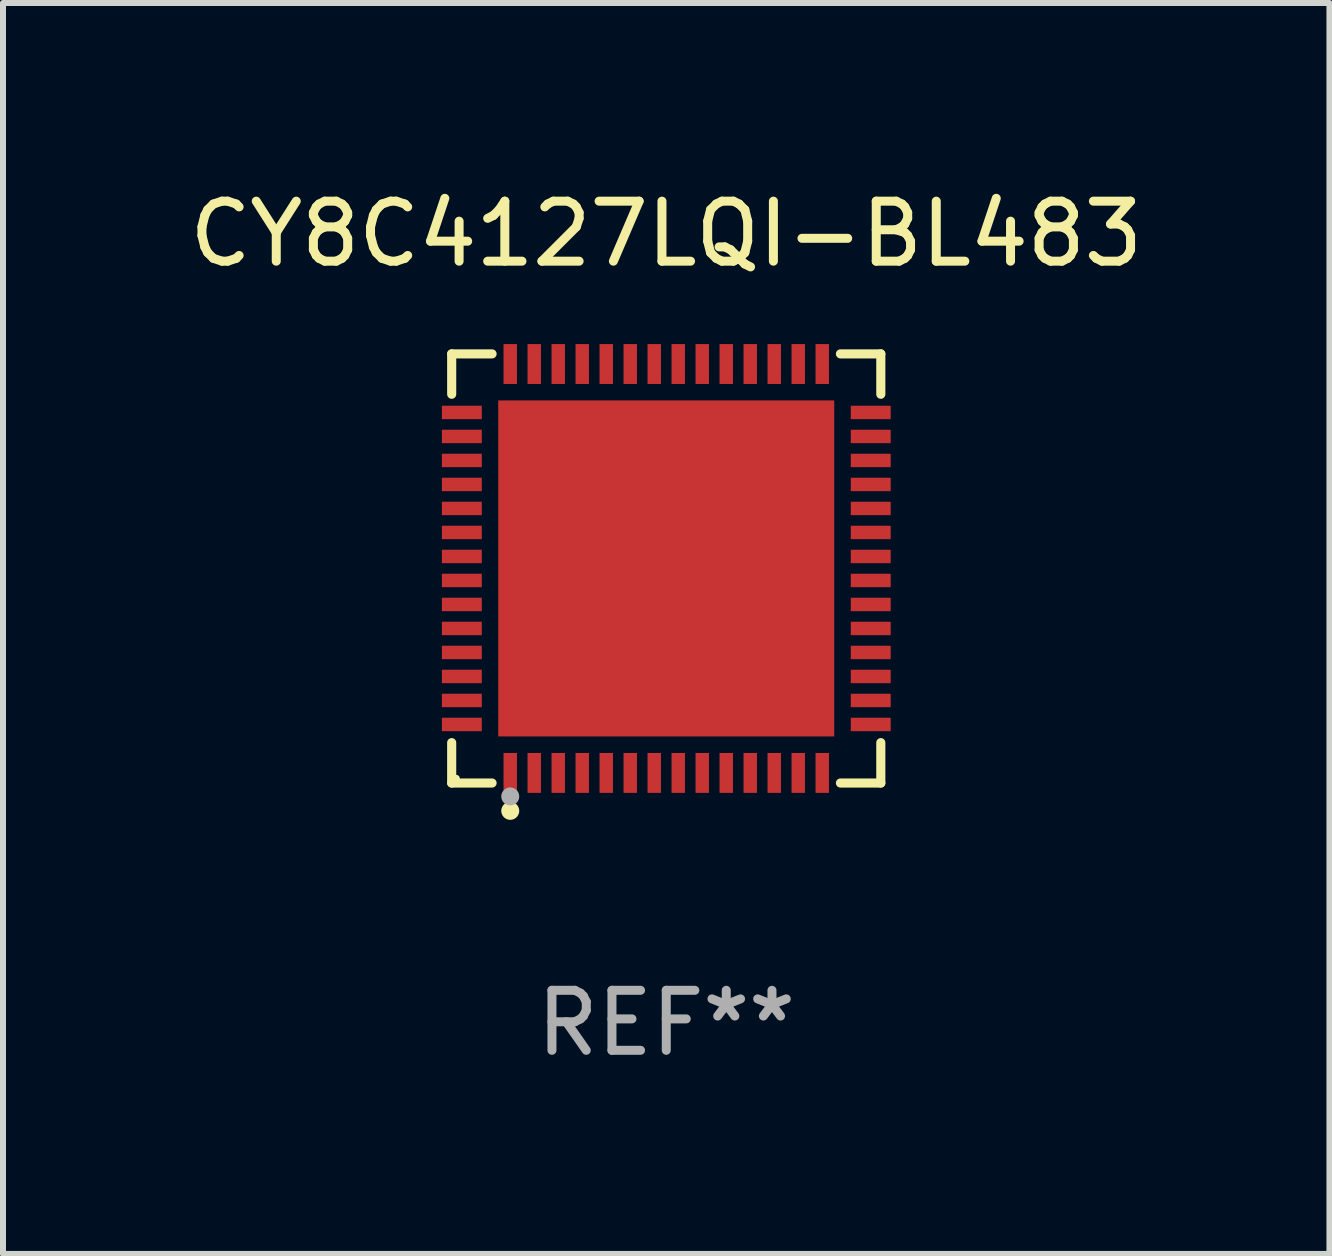
<source format=kicad_pcb>
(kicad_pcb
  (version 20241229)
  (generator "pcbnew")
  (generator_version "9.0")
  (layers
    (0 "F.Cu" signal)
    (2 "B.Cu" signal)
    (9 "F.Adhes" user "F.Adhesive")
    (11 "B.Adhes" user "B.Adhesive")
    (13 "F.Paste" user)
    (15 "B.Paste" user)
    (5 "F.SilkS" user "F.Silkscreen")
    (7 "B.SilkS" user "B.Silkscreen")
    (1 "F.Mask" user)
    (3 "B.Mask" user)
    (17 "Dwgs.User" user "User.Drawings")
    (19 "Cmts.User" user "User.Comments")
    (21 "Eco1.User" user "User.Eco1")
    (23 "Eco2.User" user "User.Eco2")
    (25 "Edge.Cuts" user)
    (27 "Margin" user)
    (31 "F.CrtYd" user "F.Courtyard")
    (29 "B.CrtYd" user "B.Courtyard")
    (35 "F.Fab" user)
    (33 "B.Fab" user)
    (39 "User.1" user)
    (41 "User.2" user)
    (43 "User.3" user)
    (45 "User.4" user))
  (footprint "CY8C4127LQI-BL483"
    (layer "F.Cu")
    (at 8.054 6.424)
    (property "Reference" "CY8C4127LQI-BL483" (at 0 -5.576 0) (layer "F.SilkS") (effects (font (size 1 1) (thickness 0.15))))
    (attr through_hole)
    (fp_line (start -3.576 -3.576) (end -2.903 -3.576) (stroke (width 0.152) (type solid)) (layer "F.SilkS"))
    (fp_line (start -3.576 -2.903) (end -3.576 -3.576) (stroke (width 0.152) (type solid)) (layer "F.SilkS"))
    (fp_line (start -3.576 2.903) (end -3.576 3.576) (stroke (width 0.152) (type solid)) (layer "F.SilkS"))
    (fp_line (start -3.576 3.576) (end -2.903 3.576) (stroke (width 0.152) (type solid)) (layer "F.SilkS"))
    (fp_line (start 3.576 -3.576) (end 2.903 -3.576) (stroke (width 0.152) (type solid)) (layer "F.SilkS"))
    (fp_line (start 3.576 -2.903) (end 3.576 -3.576) (stroke (width 0.152) (type solid)) (layer "F.SilkS"))
    (fp_line (start 3.576 2.903) (end 3.576 3.576) (stroke (width 0.152) (type solid)) (layer "F.SilkS"))
    (fp_line (start 3.576 3.576) (end 2.903 3.576) (stroke (width 0.152) (type solid)) (layer "F.SilkS"))
    (fp_circle (center -3.5 3.5) (end -3.47 3.5) (stroke (width 0.06) (type solid)) (fill no) (layer "F.SilkS"))
    (fp_circle (center -2.6 4.04) (end -2.525 4.04) (stroke (width 0.15) (type solid)) (fill no) (layer "F.SilkS"))
    (fp_circle (center -2.6 3.8) (end -2.525 3.8) (stroke (width 0.15) (type solid)) (fill no) (layer "F.Fab"))
    (fp_text user "REF**" (at 0 7.576 0) (layer "F.Fab") (effects (font (size 1 1) (thickness 0.15))))
    (pad "1" smd rect (at -2.6 3.408 90) (size 0.665 0.224) (layers "F.Cu" "F.Mask" "F.Paste"))
    (pad "2" smd rect (at -2.2 3.408 90) (size 0.665 0.224) (layers "F.Cu" "F.Mask" "F.Paste"))
    (pad "3" smd rect (at -1.8 3.408 90) (size 0.665 0.224) (layers "F.Cu" "F.Mask" "F.Paste"))
    (pad "4" smd rect (at -1.4 3.408 90) (size 0.665 0.224) (layers "F.Cu" "F.Mask" "F.Paste"))
    (pad "5" smd rect (at -1 3.408 90) (size 0.665 0.224) (layers "F.Cu" "F.Mask" "F.Paste"))
    (pad "6" smd rect (at -0.6 3.408 90) (size 0.665 0.224) (layers "F.Cu" "F.Mask" "F.Paste"))
    (pad "7" smd rect (at -0.2 3.408 90) (size 0.665 0.224) (layers "F.Cu" "F.Mask" "F.Paste"))
    (pad "8" smd rect (at 0.2 3.408 90) (size 0.665 0.224) (layers "F.Cu" "F.Mask" "F.Paste"))
    (pad "9" smd rect (at 0.6 3.408 90) (size 0.665 0.224) (layers "F.Cu" "F.Mask" "F.Paste"))
    (pad "10" smd rect (at 1 3.408 90) (size 0.665 0.224) (layers "F.Cu" "F.Mask" "F.Paste"))
    (pad "11" smd rect (at 1.4 3.408 90) (size 0.665 0.224) (layers "F.Cu" "F.Mask" "F.Paste"))
    (pad "12" smd rect (at 1.8 3.408 90) (size 0.665 0.224) (layers "F.Cu" "F.Mask" "F.Paste"))
    (pad "13" smd rect (at 2.2 3.408 90) (size 0.665 0.224) (layers "F.Cu" "F.Mask" "F.Paste"))
    (pad "14" smd rect (at 2.6 3.408 90) (size 0.665 0.224) (layers "F.Cu" "F.Mask" "F.Paste"))
    (pad "15" smd rect (at 3.408 2.6 90) (size 0.224 0.665) (layers "F.Cu" "F.Mask" "F.Paste"))
    (pad "16" smd rect (at 3.408 2.2 90) (size 0.224 0.665) (layers "F.Cu" "F.Mask" "F.Paste"))
    (pad "17" smd rect (at 3.408 1.8 90) (size 0.224 0.665) (layers "F.Cu" "F.Mask" "F.Paste"))
    (pad "18" smd rect (at 3.408 1.4 90) (size 0.224 0.665) (layers "F.Cu" "F.Mask" "F.Paste"))
    (pad "19" smd rect (at 3.408 1 90) (size 0.224 0.665) (layers "F.Cu" "F.Mask" "F.Paste"))
    (pad "20" smd rect (at 3.408 0.6 90) (size 0.224 0.665) (layers "F.Cu" "F.Mask" "F.Paste"))
    (pad "21" smd rect (at 3.408 0.2 90) (size 0.224 0.665) (layers "F.Cu" "F.Mask" "F.Paste"))
    (pad "22" smd rect (at 3.408 -0.2 90) (size 0.224 0.665) (layers "F.Cu" "F.Mask" "F.Paste"))
    (pad "23" smd rect (at 3.408 -0.6 90) (size 0.224 0.665) (layers "F.Cu" "F.Mask" "F.Paste"))
    (pad "24" smd rect (at 3.408 -1 90) (size 0.224 0.665) (layers "F.Cu" "F.Mask" "F.Paste"))
    (pad "25" smd rect (at 3.408 -1.4 90) (size 0.224 0.665) (layers "F.Cu" "F.Mask" "F.Paste"))
    (pad "26" smd rect (at 3.408 -1.8 90) (size 0.224 0.665) (layers "F.Cu" "F.Mask" "F.Paste"))
    (pad "27" smd rect (at 3.408 -2.2 90) (size 0.224 0.665) (layers "F.Cu" "F.Mask" "F.Paste"))
    (pad "28" smd rect (at 3.408 -2.6 90) (size 0.224 0.665) (layers "F.Cu" "F.Mask" "F.Paste"))
    (pad "29" smd rect (at 2.6 -3.407 90) (size 0.665 0.224) (layers "F.Cu" "F.Mask" "F.Paste"))
    (pad "30" smd rect (at 2.2 -3.407 90) (size 0.665 0.224) (layers "F.Cu" "F.Mask" "F.Paste"))
    (pad "31" smd rect (at 1.8 -3.407 90) (size 0.665 0.224) (layers "F.Cu" "F.Mask" "F.Paste"))
    (pad "32" smd rect (at 1.4 -3.407 90) (size 0.665 0.224) (layers "F.Cu" "F.Mask" "F.Paste"))
    (pad "33" smd rect (at 1 -3.407 90) (size 0.665 0.224) (layers "F.Cu" "F.Mask" "F.Paste"))
    (pad "34" smd rect (at 0.6 -3.407 90) (size 0.665 0.224) (layers "F.Cu" "F.Mask" "F.Paste"))
    (pad "35" smd rect (at 0.2 -3.407 90) (size 0.665 0.224) (layers "F.Cu" "F.Mask" "F.Paste"))
    (pad "36" smd rect (at -0.2 -3.407 90) (size 0.665 0.224) (layers "F.Cu" "F.Mask" "F.Paste"))
    (pad "37" smd rect (at -0.6 -3.407 90) (size 0.665 0.224) (layers "F.Cu" "F.Mask" "F.Paste"))
    (pad "38" smd rect (at -1 -3.407 90) (size 0.665 0.224) (layers "F.Cu" "F.Mask" "F.Paste"))
    (pad "39" smd rect (at -1.4 -3.407 90) (size 0.665 0.224) (layers "F.Cu" "F.Mask" "F.Paste"))
    (pad "40" smd rect (at -1.8 -3.407 90) (size 0.665 0.224) (layers "F.Cu" "F.Mask" "F.Paste"))
    (pad "41" smd rect (at -2.2 -3.407 90) (size 0.665 0.224) (layers "F.Cu" "F.Mask" "F.Paste"))
    (pad "42" smd rect (at -2.6 -3.407 90) (size 0.665 0.224) (layers "F.Cu" "F.Mask" "F.Paste"))
    (pad "43" smd rect (at -3.407 -2.6 90) (size 0.224 0.665) (layers "F.Cu" "F.Mask" "F.Paste"))
    (pad "44" smd rect (at -3.407 -2.2 90) (size 0.224 0.665) (layers "F.Cu" "F.Mask" "F.Paste"))
    (pad "45" smd rect (at -3.407 -1.8 90) (size 0.224 0.665) (layers "F.Cu" "F.Mask" "F.Paste"))
    (pad "46" smd rect (at -3.407 -1.4 90) (size 0.224 0.665) (layers "F.Cu" "F.Mask" "F.Paste"))
    (pad "47" smd rect (at -3.407 -1 90) (size 0.224 0.665) (layers "F.Cu" "F.Mask" "F.Paste"))
    (pad "48" smd rect (at -3.407 -0.6 90) (size 0.224 0.665) (layers "F.Cu" "F.Mask" "F.Paste"))
    (pad "49" smd rect (at -3.407 -0.2 90) (size 0.224 0.665) (layers "F.Cu" "F.Mask" "F.Paste"))
    (pad "50" smd rect (at -3.407 0.2 90) (size 0.224 0.665) (layers "F.Cu" "F.Mask" "F.Paste"))
    (pad "51" smd rect (at -3.407 0.6 90) (size 0.224 0.665) (layers "F.Cu" "F.Mask" "F.Paste"))
    (pad "52" smd rect (at -3.407 1 90) (size 0.224 0.665) (layers "F.Cu" "F.Mask" "F.Paste"))
    (pad "53" smd rect (at -3.407 1.4 90) (size 0.224 0.665) (layers "F.Cu" "F.Mask" "F.Paste"))
    (pad "54" smd rect (at -3.407 1.8 90) (size 0.224 0.665) (layers "F.Cu" "F.Mask" "F.Paste"))
    (pad "55" smd rect (at -3.407 2.2 90) (size 0.224 0.665) (layers "F.Cu" "F.Mask" "F.Paste"))
    (pad "56" smd rect (at -3.407 2.6 90) (size 0.224 0.665) (layers "F.Cu" "F.Mask" "F.Paste"))
    (pad "57" smd rect (at -0.000051 -0.000051 90) (size 5.6 5.6) (layers "F.Cu" "F.Mask" "F.Paste")))
  (gr_rect
    (start -3 -3)
    (end 19.107 17.849)
    (stroke (width 0.1) (type default))
    (fill no)
    (layer "Edge.Cuts")))
</source>
